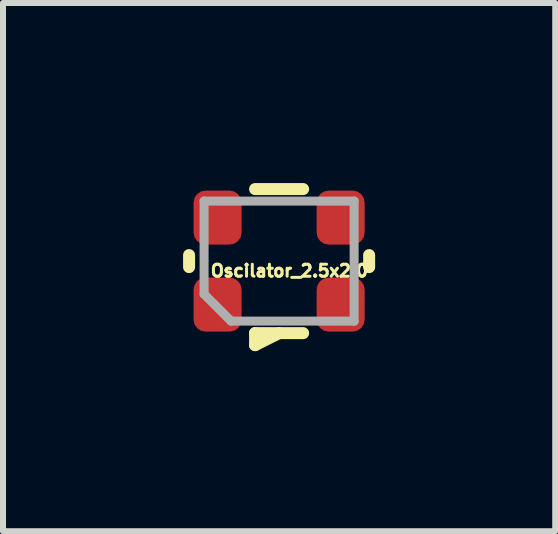
<source format=kicad_pcb>
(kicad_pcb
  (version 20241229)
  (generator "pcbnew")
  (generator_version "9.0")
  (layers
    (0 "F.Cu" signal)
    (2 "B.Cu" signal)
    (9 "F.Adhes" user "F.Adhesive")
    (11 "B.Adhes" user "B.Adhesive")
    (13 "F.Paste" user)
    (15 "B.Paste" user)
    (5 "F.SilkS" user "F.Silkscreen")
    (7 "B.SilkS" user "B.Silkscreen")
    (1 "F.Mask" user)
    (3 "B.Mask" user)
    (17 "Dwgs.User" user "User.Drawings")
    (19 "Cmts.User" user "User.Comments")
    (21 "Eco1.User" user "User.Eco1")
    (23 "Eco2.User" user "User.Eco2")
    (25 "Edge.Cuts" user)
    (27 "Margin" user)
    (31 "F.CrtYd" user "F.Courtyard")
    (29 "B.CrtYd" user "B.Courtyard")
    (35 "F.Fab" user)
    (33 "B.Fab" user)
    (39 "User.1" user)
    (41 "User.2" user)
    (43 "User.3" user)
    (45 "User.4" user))
  (footprint "Oscilator_2.5x2.0"
    (layer "F.Cu")
    (at 1.6 1.3)
    (property "Reference" "Oscilator_2.5x2.0" (at 0.172 0.162 0) (layer "F.SilkS") (effects (font (size 0.2 0.2) (thickness 0.05))))
    (attr through_hole)
    (fp_line (start -1.5 -0.1) (end -1.5 0.1) (stroke (width 0.2) (type solid)) (layer "F.SilkS"))
    (fp_line (start -0.4 -1.2) (end 0.4 -1.2) (stroke (width 0.2) (type solid)) (layer "F.SilkS"))
    (fp_line (start -0.4 1.2) (end -0.4 1.4) (stroke (width 0.2) (type solid)) (layer "F.SilkS"))
    (fp_line (start -0.4 1.2) (end 0.4 1.2) (stroke (width 0.2) (type solid)) (layer "F.SilkS"))
    (fp_line (start -0.4 1.4) (end 0 1.2) (stroke (width 0.2) (type solid)) (layer "F.SilkS"))
    (fp_line (start 1.5 -0.1) (end 1.5 0.1) (stroke (width 0.2) (type solid)) (layer "F.SilkS"))
    (fp_line (start -1.25 -1) (end -1.25 0.55) (stroke (width 0.15) (type solid)) (layer "F.Fab"))
    (fp_line (start -1.25 0.55) (end -0.8 1) (stroke (width 0.15) (type solid)) (layer "F.Fab"))
    (fp_line (start -0.8 1) (end 1.25 1) (stroke (width 0.15) (type solid)) (layer "F.Fab"))
    (fp_line (start 1.25 -1) (end -1.25 -1) (stroke (width 0.15) (type solid)) (layer "F.Fab"))
    (fp_line (start 1.25 1) (end 1.25 -1) (stroke (width 0.15) (type solid)) (layer "F.Fab"))
    (pad "1" smd roundrect (at -1.025 0.725) (size 0.8 0.9) (layers "F.Cu" "F.Mask" "F.Paste") (roundrect_rratio 0.25))
    (pad "2" smd roundrect (at 1.025 0.725) (size 0.8 0.9) (layers "F.Cu" "F.Mask" "F.Paste") (roundrect_rratio 0.25))
    (pad "3" smd roundrect (at 1.025 -0.725) (size 0.8 0.9) (layers "F.Cu" "F.Mask" "F.Paste") (roundrect_rratio 0.25))
    (pad "4" smd roundrect (at -1.025 -0.725) (size 0.8 0.9) (layers "F.Cu" "F.Mask" "F.Paste") (roundrect_rratio 0.25)))
  (gr_rect
    (start -3 -3)
    (end 6.2 5.8)
    (stroke (width 0.1) (type default))
    (fill no)
    (layer "Edge.Cuts")))
</source>
